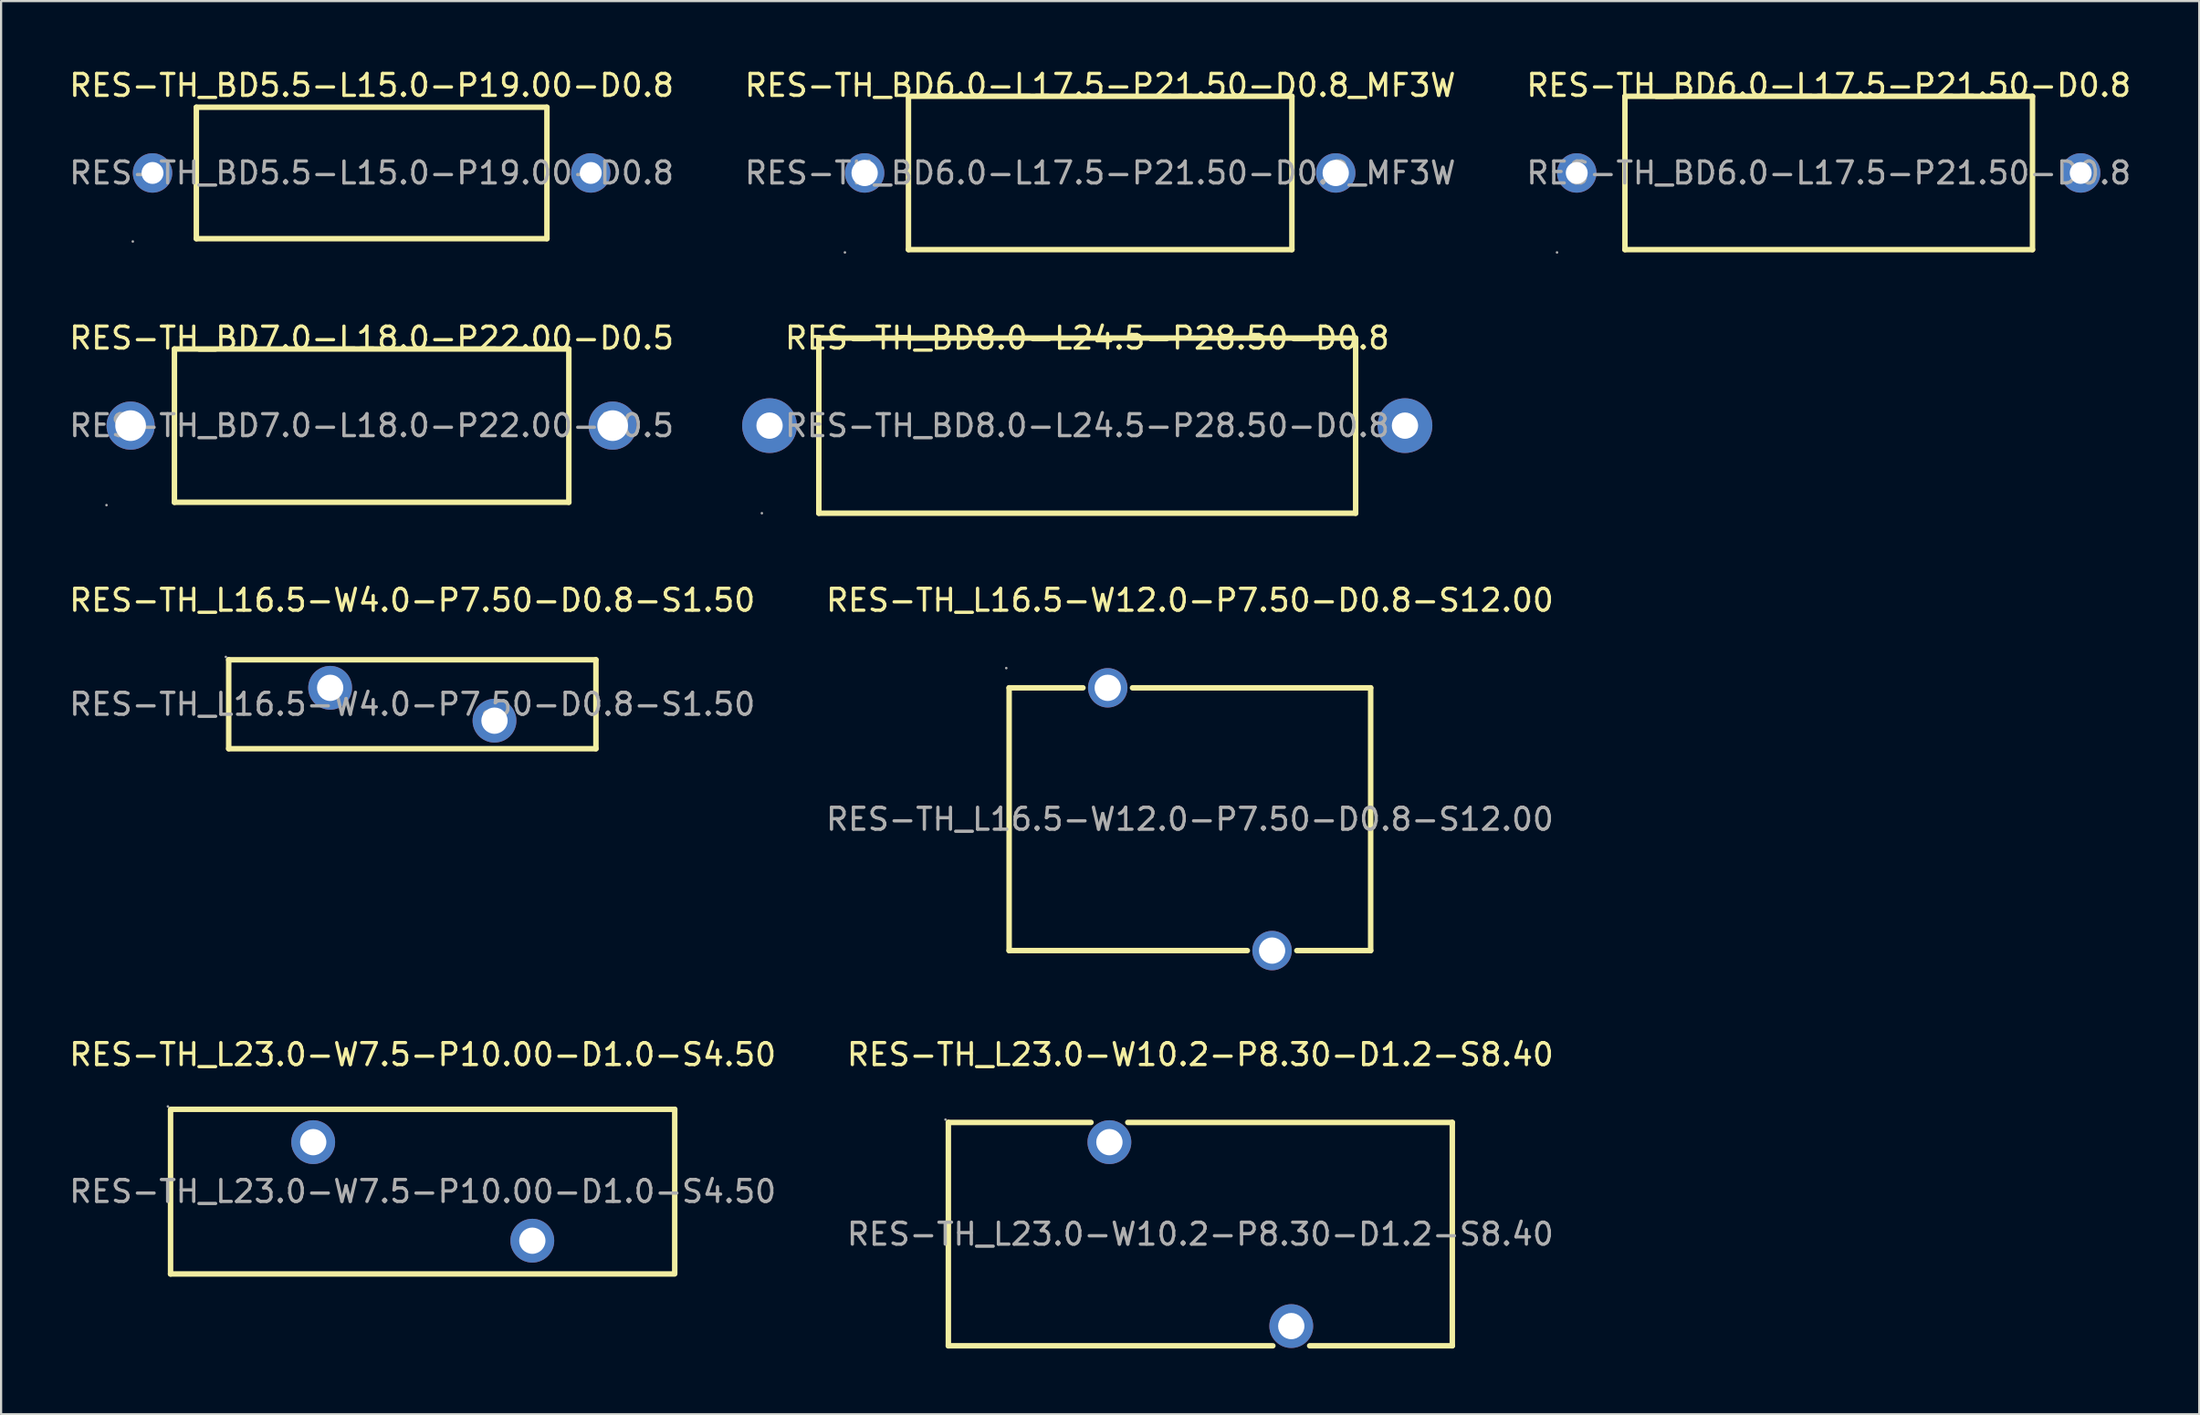
<source format=kicad_pcb>
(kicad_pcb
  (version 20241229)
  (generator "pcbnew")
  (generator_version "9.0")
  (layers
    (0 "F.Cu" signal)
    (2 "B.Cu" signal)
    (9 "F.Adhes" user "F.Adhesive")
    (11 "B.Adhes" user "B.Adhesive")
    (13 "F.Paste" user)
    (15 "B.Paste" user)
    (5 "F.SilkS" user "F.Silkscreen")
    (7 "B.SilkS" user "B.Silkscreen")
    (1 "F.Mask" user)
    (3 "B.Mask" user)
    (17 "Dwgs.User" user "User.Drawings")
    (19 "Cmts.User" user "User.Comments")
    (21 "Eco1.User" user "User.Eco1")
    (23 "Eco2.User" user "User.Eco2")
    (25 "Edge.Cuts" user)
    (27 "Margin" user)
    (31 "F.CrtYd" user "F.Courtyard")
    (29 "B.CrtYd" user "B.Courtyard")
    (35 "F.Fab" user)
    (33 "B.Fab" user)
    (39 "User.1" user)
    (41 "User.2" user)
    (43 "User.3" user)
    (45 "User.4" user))
  (footprint "RES-TH_BD7.0-L18.0-P22.00-D0.5"
    (layer "F.Cu")
    (at 13.911 16.387)
    (property "Reference" "RES-TH_BD7.0-L18.0-P22.00-D0.5" (at 0 -4 0) (layer "F.SilkS") (effects (font (size 1 1) (thickness 0.15))))
    (attr through_hole)
    (fp_line (start -9 -3.5) (end 9 -3.5) (stroke (width 0.25) (type solid)) (layer "F.SilkS"))
    (fp_line (start -9 3.5) (end -9 -3.5) (stroke (width 0.25) (type solid)) (layer "F.SilkS"))
    (fp_line (start 9 -3.5) (end 9 3.5) (stroke (width 0.25) (type solid)) (layer "F.SilkS"))
    (fp_line (start 9 3.5) (end -9 3.5) (stroke (width 0.25) (type solid)) (layer "F.SilkS"))
    (fp_circle (center -12.1 3.63) (end -12.07 3.63) (stroke (width 0.06) (type solid)) (fill no) (layer "F.Fab"))
    (fp_circle (center -11 0) (end -10.7 0) (stroke (width 0.6) (type solid)) (fill no) (layer "F.Fab"))
    (fp_circle (center 11 0) (end 11.3 0) (stroke (width 0.6) (type solid)) (fill no) (layer "F.Fab"))
    (fp_text user "${REFERENCE}" (at 0 0 0) (layer "F.Fab") (effects (font (size 1 1) (thickness 0.15))))
    (pad "1" thru_hole circle (at -11 0) (size 2.2 2.2) (drill 1.4) (layers "*.Cu" "*.Paste" "*.Mask"))
    (pad "2" thru_hole circle (at 11 0) (size 2.2 2.2) (drill 1.4) (layers "*.Cu" "*.Paste" "*.Mask")))
  (footprint "RES-TH_L23.0-W7.5-P10.00-D1.0-S4.50"
    (layer "F.Cu")
    (at 16.244 51.358)
    (property "Reference" "RES-TH_L23.0-W7.5-P10.00-D1.0-S4.50" (at 0 -6.25 0) (layer "F.SilkS") (effects (font (size 1 1) (thickness 0.15))))
    (attr through_hole)
    (fp_line (start -11.51 3.77) (end -11.51 -3.73) (stroke (width 0.25) (type solid)) (layer "F.SilkS"))
    (fp_line (start -11.5 -3.75) (end 11.5 -3.75) (stroke (width 0.25) (type solid)) (layer "F.SilkS"))
    (fp_line (start 11.49 3.77) (end -11.51 3.77) (stroke (width 0.25) (type solid)) (layer "F.SilkS"))
    (fp_line (start 11.5 -3.75) (end 11.5 3.75) (stroke (width 0.25) (type solid)) (layer "F.SilkS"))
    (fp_circle (center -11.63 -3.88) (end -11.6 -3.88) (stroke (width 0.06) (type solid)) (fill no) (layer "F.Fab"))
    (fp_circle (center -5 -2.25) (end -4.75 -2.25) (stroke (width 0.5) (type solid)) (fill no) (layer "F.Fab"))
    (fp_circle (center 5 2.25) (end 5.25 2.25) (stroke (width 0.5) (type solid)) (fill no) (layer "F.Fab"))
    (fp_text user "${REFERENCE}" (at 0 0 0) (layer "F.Fab") (effects (font (size 1 1) (thickness 0.15))))
    (pad "1" thru_hole circle (at -5 -2.25) (size 2 2) (drill 1.2) (layers "*.Cu" "*.Paste" "*.Mask"))
    (pad "2" thru_hole circle (at 5 2.25) (size 2 2) (drill 1.2) (layers "*.Cu" "*.Paste" "*.Mask")))
  (footprint "RES-TH_BD6.0-L17.5-P21.50-D0.8"
    (layer "F.Cu")
    (at 80.411 4.848)
    (property "Reference" "RES-TH_BD6.0-L17.5-P21.50-D0.8" (at 0 -4 0) (layer "F.SilkS") (effects (font (size 1 1) (thickness 0.15))))
    (attr through_hole)
    (fp_line (start -9.3 -3.5) (end -9.3 3.5) (stroke (width 0.25) (type solid)) (layer "F.SilkS"))
    (fp_line (start -9.3 -3.5) (end 9.3 -3.5) (stroke (width 0.25) (type solid)) (layer "F.SilkS"))
    (fp_line (start -9.3 3.5) (end 9.3 3.5) (stroke (width 0.25) (type solid)) (layer "F.SilkS"))
    (fp_line (start 9.3 -3.5) (end 9.3 3.5) (stroke (width 0.25) (type solid)) (layer "F.SilkS"))
    (fp_circle (center -12.4 3.63) (end -12.37 3.63) (stroke (width 0.06) (type solid)) (fill no) (layer "F.Fab"))
    (fp_circle (center -11.5 0) (end -11.3 0) (stroke (width 0.4) (type solid)) (fill no) (layer "F.Fab"))
    (fp_circle (center 11.5 0) (end 11.7 0) (stroke (width 0.4) (type solid)) (fill no) (layer "F.Fab"))
    (fp_text user "${REFERENCE}" (at 0 0 0) (layer "F.Fab") (effects (font (size 1 1) (thickness 0.15))))
    (pad "1" thru_hole circle (at -11.5 0) (size 1.8 1.8) (drill 1) (layers "*.Cu" "*.Paste" "*.Mask"))
    (pad "2" thru_hole circle (at 11.5 0) (size 1.8 1.8) (drill 1) (layers "*.Cu" "*.Paste" "*.Mask")))
  (footprint "RES-TH_BD8.0-L24.5-P28.50-D0.8"
    (layer "F.Cu")
    (at 46.571 16.387)
    (property "Reference" "RES-TH_BD8.0-L24.5-P28.50-D0.8" (at 0 -4 0) (layer "F.SilkS") (effects (font (size 1 1) (thickness 0.15))))
    (attr through_hole)
    (fp_line (start -12.25 -4) (end 12.25 -4) (stroke (width 0.25) (type solid)) (layer "F.SilkS"))
    (fp_line (start -12.25 4) (end -12.25 -4) (stroke (width 0.25) (type solid)) (layer "F.SilkS"))
    (fp_line (start 12.25 -4) (end 12.25 4) (stroke (width 0.25) (type solid)) (layer "F.SilkS"))
    (fp_line (start 12.25 4) (end -12.25 4) (stroke (width 0.25) (type solid)) (layer "F.SilkS"))
    (fp_circle (center -14.85 4) (end -14.82 4) (stroke (width 0.06) (type solid)) (fill no) (layer "F.Fab"))
    (fp_circle (center -14.5 0) (end -14.32 0) (stroke (width 0.35) (type solid)) (fill no) (layer "F.Fab"))
    (fp_circle (center 14.5 0) (end 14.68 0) (stroke (width 0.35) (type solid)) (fill no) (layer "F.Fab"))
    (fp_text user "${REFERENCE}" (at 0 0 0) (layer "F.Fab") (effects (font (size 1 1) (thickness 0.15))))
    (pad "1" thru_hole circle (at -14.5 0) (size 2.5 2.5) (drill 1.2) (layers "*.Cu" "*.Paste" "*.Mask"))
    (pad "2" thru_hole circle (at 14.5 0) (size 2.5 2.5) (drill 1.2) (layers "*.Cu" "*.Paste" "*.Mask")))
  (footprint "RES-TH_L23.0-W10.2-P8.30-D1.2-S8.40"
    (layer "F.Cu")
    (at 51.732 53.308)
    (property "Reference" "RES-TH_L23.0-W10.2-P8.30-D1.2-S8.40" (at 0 -8.2 0) (layer "F.SilkS") (effects (font (size 1 1) (thickness 0.15))))
    (attr through_hole)
    (fp_line (start -11.5 -5.1) (end -4.99 -5.1) (stroke (width 0.25) (type solid)) (layer "F.SilkS"))
    (fp_line (start -11.5 5.1) (end -11.5 -5.1) (stroke (width 0.25) (type solid)) (layer "F.SilkS"))
    (fp_line (start -3.31 -5.1) (end 11.5 -5.1) (stroke (width 0.25) (type solid)) (layer "F.SilkS"))
    (fp_line (start 3.31 5.1) (end -11.5 5.1) (stroke (width 0.25) (type solid)) (layer "F.SilkS"))
    (fp_line (start 11.5 -5.1) (end 11.5 5.1) (stroke (width 0.25) (type solid)) (layer "F.SilkS"))
    (fp_line (start 11.5 5.1) (end 4.99 5.1) (stroke (width 0.25) (type solid)) (layer "F.SilkS"))
    (fp_circle (center -11.63 -5.23) (end -11.6 -5.23) (stroke (width 0.06) (type solid)) (fill no) (layer "F.Fab"))
    (fp_circle (center -4.15 -4.2) (end -3.9 -4.2) (stroke (width 0.5) (type solid)) (fill no) (layer "F.Fab"))
    (fp_circle (center 4.15 4.2) (end 4.4 4.2) (stroke (width 0.5) (type solid)) (fill no) (layer "F.Fab"))
    (fp_text user "${REFERENCE}" (at 0 0 0) (layer "F.Fab") (effects (font (size 1 1) (thickness 0.15))))
    (pad "1" thru_hole circle (at -4.15 -4.2) (size 2 2) (drill 1.2) (layers "*.Cu" "*.Paste" "*.Mask"))
    (pad "2" thru_hole circle (at 4.15 4.2) (size 2 2) (drill 1.2) (layers "*.Cu" "*.Paste" "*.Mask")))
  (footprint "RES-TH_BD6.0-L17.5-P21.50-D0.8_MF3W"
    (layer "F.Cu")
    (at 47.161 4.848)
    (property "Reference" "RES-TH_BD6.0-L17.5-P21.50-D0.8_MF3W" (at 0 -4 0) (layer "F.SilkS") (effects (font (size 1 1) (thickness 0.15))))
    (attr through_hole)
    (fp_line (start -8.75 -3.5) (end 8.75 -3.5) (stroke (width 0.25) (type solid)) (layer "F.SilkS"))
    (fp_line (start -8.75 3.5) (end -8.75 -3.5) (stroke (width 0.25) (type solid)) (layer "F.SilkS"))
    (fp_line (start 8.75 -3.5) (end 8.75 3.5) (stroke (width 0.25) (type solid)) (layer "F.SilkS"))
    (fp_line (start 8.75 3.5) (end -8.75 3.5) (stroke (width 0.25) (type solid)) (layer "F.SilkS"))
    (fp_circle (center -11.65 3.63) (end -11.62 3.63) (stroke (width 0.06) (type solid)) (fill no) (layer "F.Fab"))
    (fp_circle (center -10.75 0) (end -10.5 0) (stroke (width 0.5) (type solid)) (fill no) (layer "F.Fab"))
    (fp_circle (center 10.75 0) (end 11 0) (stroke (width 0.5) (type solid)) (fill no) (layer "F.Fab"))
    (fp_text user "${REFERENCE}" (at 0 0 0) (layer "F.Fab") (effects (font (size 1 1) (thickness 0.15))))
    (pad "1" thru_hole circle (at -10.75 0) (size 1.8 1.8) (drill 1.2) (layers "*.Cu" "*.Paste" "*.Mask"))
    (pad "2" thru_hole circle (at 10.75 0) (size 1.8 1.8) (drill 1.2) (layers "*.Cu" "*.Paste" "*.Mask")))
  (footprint "RES-TH_L16.5-W12.0-P7.50-D0.8-S12.00"
    (layer "F.Cu")
    (at 51.256 34.36)
    (property "Reference" "RES-TH_L16.5-W12.0-P7.50-D0.8-S12.00" (at 0 -10 0) (layer "F.SilkS") (effects (font (size 1 1) (thickness 0.15))))
    (attr through_hole)
    (fp_line (start -8.25 -6) (end -4.88 -6) (stroke (width 0.25) (type solid)) (layer "F.SilkS"))
    (fp_line (start -8.25 6) (end -8.25 -6) (stroke (width 0.25) (type solid)) (layer "F.SilkS"))
    (fp_line (start -8.25 6) (end 2.62 6) (stroke (width 0.25) (type solid)) (layer "F.SilkS"))
    (fp_line (start -2.62 -6) (end 8.25 -6) (stroke (width 0.25) (type solid)) (layer "F.SilkS"))
    (fp_line (start 4.88 6) (end 8.25 6) (stroke (width 0.25) (type solid)) (layer "F.SilkS"))
    (fp_line (start 8.25 -6) (end 8.25 6) (stroke (width 0.25) (type solid)) (layer "F.SilkS"))
    (fp_circle (center -8.38 -6.9) (end -8.35 -6.9) (stroke (width 0.06) (type solid)) (fill no) (layer "F.Fab"))
    (fp_circle (center -3.75 -6) (end -3.5 -6) (stroke (width 0.5) (type solid)) (fill no) (layer "F.Fab"))
    (fp_circle (center 3.75 6) (end 4 6) (stroke (width 0.5) (type solid)) (fill no) (layer "F.Fab"))
    (fp_text user "${REFERENCE}" (at 0 0 0) (layer "F.Fab") (effects (font (size 1 1) (thickness 0.15))))
    (pad "1" thru_hole circle (at -3.75 -6) (size 1.8 1.8) (drill 1.2) (layers "*.Cu" "*.Paste" "*.Mask"))
    (pad "2" thru_hole circle (at 3.75 6) (size 1.8 1.8) (drill 1.2) (layers "*.Cu" "*.Paste" "*.Mask")))
  (footprint "RES-TH_L16.5-W4.0-P7.50-D0.8-S1.50"
    (layer "F.Cu")
    (at 15.768 29.11)
    (property "Reference" "RES-TH_L16.5-W4.0-P7.50-D0.8-S1.50" (at 0 -4.75 0) (layer "F.SilkS") (effects (font (size 1 1) (thickness 0.15))))
    (attr through_hole)
    (fp_line (start -8.38 -2.03) (end 8.38 -2.03) (stroke (width 0.25) (type solid)) (layer "F.SilkS"))
    (fp_line (start -8.38 2.03) (end -8.38 -2.03) (stroke (width 0.25) (type solid)) (layer "F.SilkS"))
    (fp_line (start 8.38 -2.03) (end 8.38 2.03) (stroke (width 0.25) (type solid)) (layer "F.SilkS"))
    (fp_line (start 8.38 2.03) (end -8.38 2.03) (stroke (width 0.25) (type solid)) (layer "F.SilkS"))
    (fp_circle (center -8.51 -2.16) (end -8.48 -2.16) (stroke (width 0.06) (type solid)) (fill no) (layer "F.Fab"))
    (fp_circle (center -3.75 -0.75) (end -3.5 -0.75) (stroke (width 0.5) (type solid)) (fill no) (layer "F.Fab"))
    (fp_circle (center 3.75 0.75) (end 4 0.75) (stroke (width 0.5) (type solid)) (fill no) (layer "F.Fab"))
    (fp_text user "${REFERENCE}" (at 0 0 0) (layer "F.Fab") (effects (font (size 1 1) (thickness 0.15))))
    (pad "1" thru_hole circle (at -3.75 -0.75) (size 2 2) (drill 1.2) (layers "*.Cu" "*.Paste" "*.Mask"))
    (pad "2" thru_hole circle (at 3.75 0.75) (size 2 2) (drill 1.2) (layers "*.Cu" "*.Paste" "*.Mask")))
  (footprint "RES-TH_BD5.5-L15.0-P19.00-D0.8"
    (layer "F.Cu")
    (at 13.911 4.848)
    (property "Reference" "RES-TH_BD5.5-L15.0-P19.00-D0.8" (at 0 -4 0) (layer "F.SilkS") (effects (font (size 1 1) (thickness 0.15))))
    (attr through_hole)
    (fp_line (start -8 -3) (end -8 3) (stroke (width 0.25) (type solid)) (layer "F.SilkS"))
    (fp_line (start -8 -3) (end 8 -3) (stroke (width 0.25) (type solid)) (layer "F.SilkS"))
    (fp_line (start -8 3) (end 8 3) (stroke (width 0.25) (type solid)) (layer "F.SilkS"))
    (fp_line (start 8 -3) (end 8 3) (stroke (width 0.25) (type solid)) (layer "F.SilkS"))
    (fp_circle (center -10.9 3.13) (end -10.87 3.13) (stroke (width 0.06) (type solid)) (fill no) (layer "F.Fab"))
    (fp_circle (center -10 0) (end -9.8 0) (stroke (width 0.4) (type solid)) (fill no) (layer "F.Fab"))
    (fp_circle (center 10 0) (end 10.2 0) (stroke (width 0.4) (type solid)) (fill no) (layer "F.Fab"))
    (fp_text user "${REFERENCE}" (at 0 0 0) (layer "F.Fab") (effects (font (size 1 1) (thickness 0.15))))
    (pad "1" thru_hole circle (at -10 0) (size 1.8 1.8) (drill 1) (layers "*.Cu" "*.Paste" "*.Mask"))
    (pad "2" thru_hole circle (at 10 0) (size 1.8 1.8) (drill 1) (layers "*.Cu" "*.Paste" "*.Mask")))
  (gr_rect
    (start -3 -3)
    (end 97.321 61.533)
    (stroke (width 0.1) (type default))
    (fill no)
    (layer "Edge.Cuts")))
</source>
